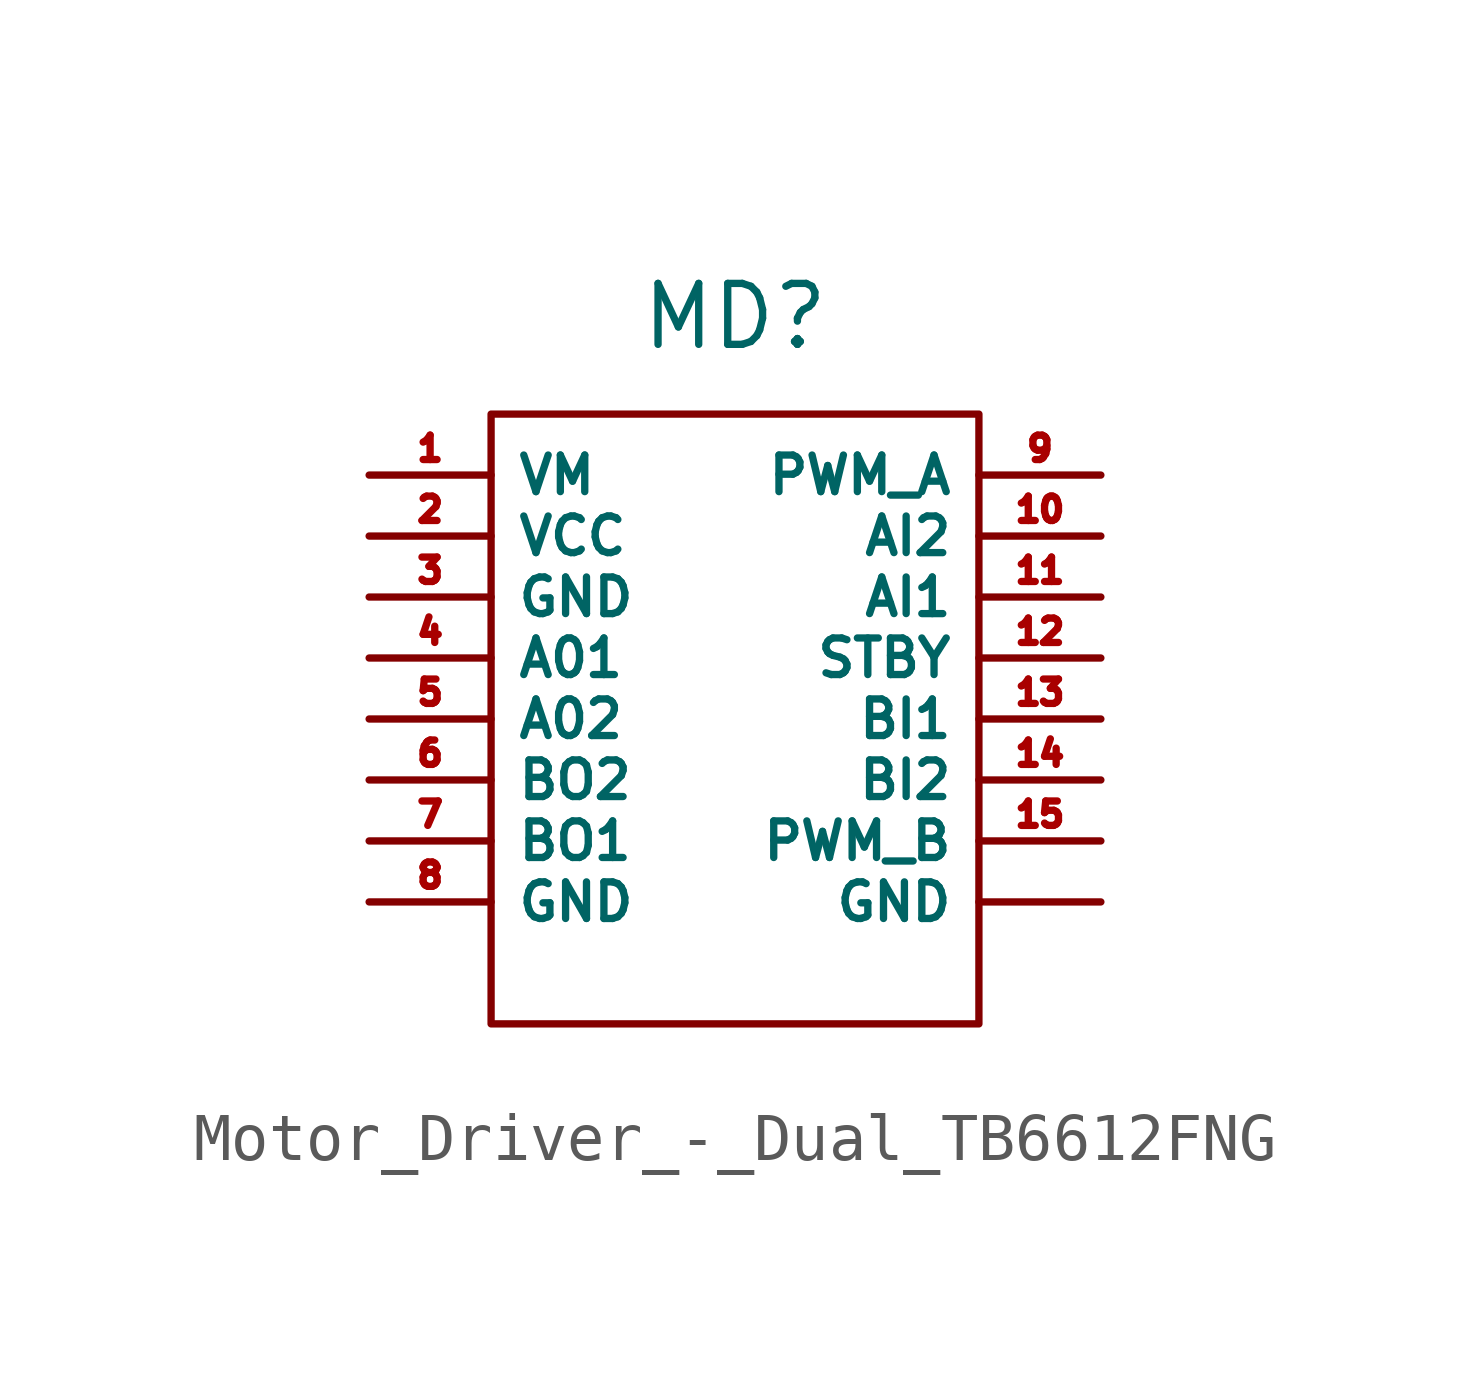
<source format=kicad_sym>
(kicad_symbol_lib
  (version 20231120)
  (generator "kicad_symbol_editor")
  (generator_version "8.0")
  (symbol "Motor_Driver_-_Dual_TB6612FNG"
    (property "Reference" "MD"
      (at 0 9.652 0)
      (effects (font (size 1.27 1.27))))
    (property "Value" ""
      (at 0 0 0)
      (effects (font (size 1.27 1.27))))
    (symbol "Motor_Driver_-_Dual_TB6612FNG_0_1"
      (rectangle (start -5.08 7.62) (end 5.08 -5.08) (stroke (width 0) (type default)) (fill (type none))))
    (symbol "Motor_Driver_-_Dual_TB6612FNG_1_1"
      (pin passive line (at 7.62 -2.54 180) (length 2.54) (name "GND" (effects (font (size 0.762 0.762)))) (number "" (effects (font (size 0.508 0.508)))))
      (pin passive line (at -7.62 6.35 0) (length 2.54) (name "VM" (effects (font (size 0.762 0.762)))) (number "1" (effects (font (size 0.508 0.508)))))
      (pin passive line (at 7.62 5.08 180) (length 2.54) (name "AI2" (effects (font (size 0.762 0.762)))) (number "10" (effects (font (size 0.508 0.508)))))
      (pin passive line (at 7.62 3.81 180) (length 2.54) (name "AI1" (effects (font (size 0.762 0.762)))) (number "11" (effects (font (size 0.508 0.508)))))
      (pin passive line (at 7.62 2.54 180) (length 2.54) (name "STBY" (effects (font (size 0.762 0.762)))) (number "12" (effects (font (size 0.508 0.508)))))
      (pin passive line (at 7.62 1.27 180) (length 2.54) (name "BI1" (effects (font (size 0.762 0.762)))) (number "13" (effects (font (size 0.508 0.508)))))
      (pin passive line (at 7.62 0 180) (length 2.54) (name "BI2" (effects (font (size 0.762 0.762)))) (number "14" (effects (font (size 0.508 0.508)))))
      (pin passive line (at 7.62 -1.27 180) (length 2.54) (name "PWM_B" (effects (font (size 0.762 0.762)))) (number "15" (effects (font (size 0.508 0.508)))))
      (pin passive line (at -7.62 5.08 0) (length 2.54) (name "VCC" (effects (font (size 0.762 0.762)))) (number "2" (effects (font (size 0.508 0.508)))))
      (pin passive line (at -7.62 3.81 0) (length 2.54) (name "GND" (effects (font (size 0.762 0.762)))) (number "3" (effects (font (size 0.508 0.508)))))
      (pin passive line (at -7.62 2.54 0) (length 2.54) (name "A01" (effects (font (size 0.762 0.762)))) (number "4" (effects (font (size 0.508 0.508)))))
      (pin passive line (at -7.62 1.27 0) (length 2.54) (name "A02" (effects (font (size 0.762 0.762)))) (number "5" (effects (font (size 0.508 0.508)))))
      (pin passive line (at -7.62 0 0) (length 2.54) (name "BO2" (effects (font (size 0.762 0.762)))) (number "6" (effects (font (size 0.508 0.508)))))
      (pin passive line (at -7.62 -1.27 0) (length 2.54) (name "BO1" (effects (font (size 0.762 0.762)))) (number "7" (effects (font (size 0.508 0.508)))))
      (pin passive line (at -7.62 -2.54 0) (length 2.54) (name "GND" (effects (font (size 0.762 0.762)))) (number "8" (effects (font (size 0.508 0.508)))))
      (pin passive line (at 7.62 6.35 180) (length 2.54) (name "PWM_A" (effects (font (size 0.762 0.762)))) (number "9" (effects (font (size 0.508 0.508))))))))
</source>
